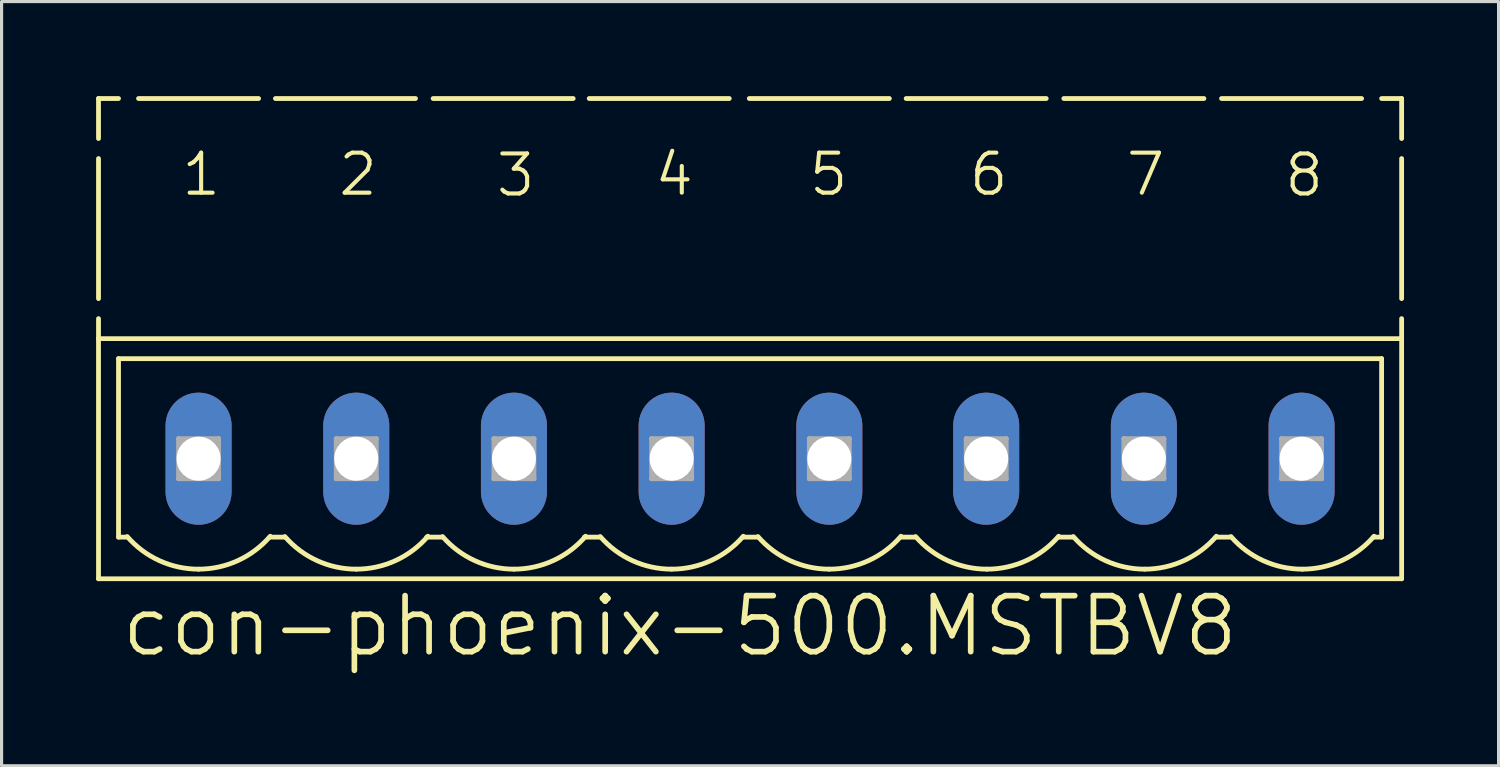
<source format=kicad_pcb>
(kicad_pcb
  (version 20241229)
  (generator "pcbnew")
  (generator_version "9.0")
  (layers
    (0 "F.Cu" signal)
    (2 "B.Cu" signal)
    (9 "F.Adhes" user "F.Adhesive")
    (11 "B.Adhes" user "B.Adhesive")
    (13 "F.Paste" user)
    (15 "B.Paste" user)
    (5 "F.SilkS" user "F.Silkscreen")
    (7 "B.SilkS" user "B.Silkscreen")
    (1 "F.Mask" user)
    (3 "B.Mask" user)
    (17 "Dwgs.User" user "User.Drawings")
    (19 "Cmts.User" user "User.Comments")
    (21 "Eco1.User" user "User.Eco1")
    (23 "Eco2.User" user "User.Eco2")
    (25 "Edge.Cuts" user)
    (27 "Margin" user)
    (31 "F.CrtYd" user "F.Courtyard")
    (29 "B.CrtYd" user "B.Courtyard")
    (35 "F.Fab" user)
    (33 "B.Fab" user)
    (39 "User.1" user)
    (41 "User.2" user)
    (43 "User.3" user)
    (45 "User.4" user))
  (footprint "con-phoenix-500.MSTBV8"
    (layer "F.Cu")
    (at 20.752 11.506)
    (property "Reference" "con-phoenix-500.MSTBV8" (at -20.041 6.35 0) (layer "F.SilkS") (effects (font (size 1.778 1.778) (thickness 0.18)) (justify left bottom)))
    (attr through_hole)
    (fp_line (start -20.676 -11.43) (end -20.676 -10.16) (stroke (width 0.152) (type default)) (layer "F.SilkS"))
    (fp_line (start -20.676 -11.43) (end -20.041 -11.43) (stroke (width 0.152) (type default)) (layer "F.SilkS"))
    (fp_line (start -20.676 -9.525) (end -20.676 -5.08) (stroke (width 0.152) (type default)) (layer "F.SilkS"))
    (fp_line (start -20.676 -4.445) (end -20.676 -3.81) (stroke (width 0.152) (type default)) (layer "F.SilkS"))
    (fp_line (start -20.676 -3.81) (end -20.676 3.81) (stroke (width 0.152) (type default)) (layer "F.SilkS"))
    (fp_line (start -20.676 -3.81) (end 20.676 -3.81) (stroke (width 0.152) (type default)) (layer "F.SilkS"))
    (fp_line (start -20.676 3.81) (end 20.676 3.81) (stroke (width 0.152) (type default)) (layer "F.SilkS"))
    (fp_line (start -20.041 -3.175) (end 20.041 -3.175) (stroke (width 0.152) (type default)) (layer "F.SilkS"))
    (fp_line (start -20.041 2.489) (end -20.041 -3.175) (stroke (width 0.152) (type default)) (layer "F.SilkS"))
    (fp_line (start -20.041 2.489) (end -19.787 2.489) (stroke (width 0.152) (type default)) (layer "F.SilkS"))
    (fp_line (start -19.406 -11.43) (end -15.596 -11.43) (stroke (width 0.152) (type default)) (layer "F.SilkS"))
    (fp_line (start -15.215 2.489) (end -14.783 2.489) (stroke (width 0.152) (type default)) (layer "F.SilkS"))
    (fp_line (start -15.062 -11.43) (end -10.617 -11.43) (stroke (width 0.152) (type default)) (layer "F.SilkS"))
    (fp_line (start -10.262 2.489) (end -9.779 2.489) (stroke (width 0.152) (type default)) (layer "F.SilkS"))
    (fp_line (start -10.058 -11.43) (end -5.613 -11.43) (stroke (width 0.152) (type default)) (layer "F.SilkS"))
    (fp_line (start -5.258 2.489) (end -4.775 2.489) (stroke (width 0.152) (type default)) (layer "F.SilkS"))
    (fp_line (start -5.105 -11.43) (end -0.66 -11.43) (stroke (width 0.152) (type default)) (layer "F.SilkS"))
    (fp_line (start -0.229 2.489) (end 0.229 2.489) (stroke (width 0.152) (type default)) (layer "F.SilkS"))
    (fp_line (start -0.025 -11.43) (end 4.42 -11.43) (stroke (width 0.152) (type default)) (layer "F.SilkS"))
    (fp_line (start 4.801 2.489) (end 5.232 2.489) (stroke (width 0.152) (type default)) (layer "F.SilkS"))
    (fp_line (start 4.953 -11.43) (end 9.398 -11.43) (stroke (width 0.152) (type default)) (layer "F.SilkS"))
    (fp_line (start 9.804 2.489) (end 10.236 2.489) (stroke (width 0.152) (type default)) (layer "F.SilkS"))
    (fp_line (start 9.957 -11.43) (end 14.402 -11.43) (stroke (width 0.152) (type default)) (layer "F.SilkS"))
    (fp_line (start 14.808 2.489) (end 15.24 2.489) (stroke (width 0.152) (type default)) (layer "F.SilkS"))
    (fp_line (start 14.961 -11.43) (end 19.406 -11.43) (stroke (width 0.152) (type default)) (layer "F.SilkS"))
    (fp_line (start 19.787 2.489) (end 20.041 2.489) (stroke (width 0.152) (type default)) (layer "F.SilkS"))
    (fp_line (start 20.041 -11.43) (end 20.676 -11.43) (stroke (width 0.152) (type default)) (layer "F.SilkS"))
    (fp_line (start 20.041 2.489) (end 20.041 -3.175) (stroke (width 0.152) (type default)) (layer "F.SilkS"))
    (fp_line (start 20.676 -11.43) (end 20.676 -10.16) (stroke (width 0.152) (type default)) (layer "F.SilkS"))
    (fp_line (start 20.676 -9.525) (end 20.676 -5.08) (stroke (width 0.152) (type default)) (layer "F.SilkS"))
    (fp_line (start 20.676 -3.81) (end 20.676 -4.445) (stroke (width 0.152) (type default)) (layer "F.SilkS"))
    (fp_line (start 20.676 3.81) (end 20.676 -3.81) (stroke (width 0.152) (type default)) (layer "F.SilkS"))
    (fp_arc (start -17.5006 3.5053) (mid -18.745586 3.234481) (end -19.7656 2.471) (stroke (width 0.1524) (type default)) (layer "F.SilkS"))
    (fp_arc (start -15.2268 2.4608) (mid -16.249499 3.231631) (end -17.5006 3.5052) (stroke (width 0.1524) (type default)) (layer "F.SilkS"))
    (fp_arc (start -12.4968 3.5052) (mid -13.741777 3.234436) (end -14.7618 2.471) (stroke (width 0.1524) (type default)) (layer "F.SilkS"))
    (fp_arc (start -10.223 2.4608) (mid -11.245699 3.231631) (end -12.4968 3.5052) (stroke (width 0.1524) (type default)) (layer "F.SilkS"))
    (fp_arc (start -7.493 3.5052) (mid -8.737977 3.234436) (end -9.758 2.471) (stroke (width 0.1524) (type default)) (layer "F.SilkS"))
    (fp_arc (start -5.2192 2.4608) (mid -6.241899 3.231631) (end -7.493 3.5052) (stroke (width 0.1524) (type default)) (layer "F.SilkS"))
    (fp_arc (start -2.4892 3.5052) (mid -3.734177 3.234436) (end -4.7542 2.471) (stroke (width 0.1524) (type default)) (layer "F.SilkS"))
    (fp_arc (start -0.2154 2.4608) (mid -1.238099 3.231631) (end -2.4892 3.5052) (stroke (width 0.1524) (type default)) (layer "F.SilkS"))
    (fp_arc (start 2.5146 3.5052) (mid 1.269623 3.234436) (end 0.2496 2.471) (stroke (width 0.1524) (type default)) (layer "F.SilkS"))
    (fp_arc (start 4.7884 2.4608) (mid 3.765701 3.231631) (end 2.5146 3.5052) (stroke (width 0.1524) (type default)) (layer "F.SilkS"))
    (fp_arc (start 7.5184 3.5052) (mid 6.273423 3.234436) (end 5.2534 2.471) (stroke (width 0.1524) (type default)) (layer "F.SilkS"))
    (fp_arc (start 9.7922 2.4608) (mid 8.769501 3.231631) (end 7.5184 3.5052) (stroke (width 0.1524) (type default)) (layer "F.SilkS"))
    (fp_arc (start 12.5222 3.5052) (mid 11.277223 3.234436) (end 10.2572 2.471) (stroke (width 0.1524) (type default)) (layer "F.SilkS"))
    (fp_arc (start 14.796 2.4608) (mid 13.773301 3.231631) (end 12.5222 3.5052) (stroke (width 0.1524) (type default)) (layer "F.SilkS"))
    (fp_arc (start 17.526 3.5052) (mid 16.281023 3.234436) (end 15.261 2.471) (stroke (width 0.1524) (type default)) (layer "F.SilkS"))
    (fp_arc (start 19.7998 2.4608) (mid 18.777101 3.231631) (end 17.526 3.5052) (stroke (width 0.1524) (type default)) (layer "F.SilkS"))
    (fp_line (start -18.136 -0.635) (end -18.136 0.635) (stroke (width 0.152) (type default)) (layer "F.Fab"))
    (fp_line (start -18.136 -0.635) (end -16.866 0.635) (stroke (width 0.152) (type default)) (layer "F.Fab"))
    (fp_line (start -18.136 0.635) (end -16.866 -0.635) (stroke (width 0.152) (type default)) (layer "F.Fab"))
    (fp_line (start -18.136 0.635) (end -16.866 0.635) (stroke (width 0.152) (type default)) (layer "F.Fab"))
    (fp_line (start -16.866 -0.635) (end -18.136 -0.635) (stroke (width 0.152) (type default)) (layer "F.Fab"))
    (fp_line (start -16.866 0.635) (end -16.866 -0.635) (stroke (width 0.152) (type default)) (layer "F.Fab"))
    (fp_line (start -13.132 -0.635) (end -13.132 0.635) (stroke (width 0.152) (type default)) (layer "F.Fab"))
    (fp_line (start -13.132 -0.635) (end -11.862 0.635) (stroke (width 0.152) (type default)) (layer "F.Fab"))
    (fp_line (start -13.132 0.635) (end -11.862 -0.635) (stroke (width 0.152) (type default)) (layer "F.Fab"))
    (fp_line (start -13.132 0.635) (end -11.862 0.635) (stroke (width 0.152) (type default)) (layer "F.Fab"))
    (fp_line (start -11.862 -0.635) (end -13.132 -0.635) (stroke (width 0.152) (type default)) (layer "F.Fab"))
    (fp_line (start -11.862 0.635) (end -11.862 -0.635) (stroke (width 0.152) (type default)) (layer "F.Fab"))
    (fp_line (start -8.128 -0.635) (end -8.128 0.635) (stroke (width 0.152) (type default)) (layer "F.Fab"))
    (fp_line (start -8.128 -0.635) (end -6.858 0.635) (stroke (width 0.152) (type default)) (layer "F.Fab"))
    (fp_line (start -8.128 0.635) (end -6.858 -0.635) (stroke (width 0.152) (type default)) (layer "F.Fab"))
    (fp_line (start -8.128 0.635) (end -6.858 0.635) (stroke (width 0.152) (type default)) (layer "F.Fab"))
    (fp_line (start -6.858 -0.635) (end -8.128 -0.635) (stroke (width 0.152) (type default)) (layer "F.Fab"))
    (fp_line (start -6.858 0.635) (end -6.858 -0.635) (stroke (width 0.152) (type default)) (layer "F.Fab"))
    (fp_line (start -3.124 -0.635) (end -3.124 0.635) (stroke (width 0.152) (type default)) (layer "F.Fab"))
    (fp_line (start -3.124 -0.635) (end -1.854 0.635) (stroke (width 0.152) (type default)) (layer "F.Fab"))
    (fp_line (start -3.124 0.635) (end -1.854 -0.635) (stroke (width 0.152) (type default)) (layer "F.Fab"))
    (fp_line (start -3.124 0.635) (end -1.854 0.635) (stroke (width 0.152) (type default)) (layer "F.Fab"))
    (fp_line (start -1.854 -0.635) (end -3.124 -0.635) (stroke (width 0.152) (type default)) (layer "F.Fab"))
    (fp_line (start -1.854 0.635) (end -1.854 -0.635) (stroke (width 0.152) (type default)) (layer "F.Fab"))
    (fp_line (start 1.88 -0.635) (end 1.88 0.635) (stroke (width 0.152) (type default)) (layer "F.Fab"))
    (fp_line (start 1.88 -0.635) (end 3.15 0.635) (stroke (width 0.152) (type default)) (layer "F.Fab"))
    (fp_line (start 1.88 0.635) (end 3.15 -0.635) (stroke (width 0.152) (type default)) (layer "F.Fab"))
    (fp_line (start 1.88 0.635) (end 3.15 0.635) (stroke (width 0.152) (type default)) (layer "F.Fab"))
    (fp_line (start 3.15 -0.635) (end 1.88 -0.635) (stroke (width 0.152) (type default)) (layer "F.Fab"))
    (fp_line (start 3.15 0.635) (end 3.15 -0.635) (stroke (width 0.152) (type default)) (layer "F.Fab"))
    (fp_line (start 6.858 -0.635) (end 6.858 0.635) (stroke (width 0.152) (type default)) (layer "F.Fab"))
    (fp_line (start 6.858 -0.635) (end 8.128 0.635) (stroke (width 0.152) (type default)) (layer "F.Fab"))
    (fp_line (start 6.858 0.635) (end 8.128 -0.635) (stroke (width 0.152) (type default)) (layer "F.Fab"))
    (fp_line (start 6.858 0.635) (end 8.128 0.635) (stroke (width 0.152) (type default)) (layer "F.Fab"))
    (fp_line (start 8.128 -0.635) (end 6.858 -0.635) (stroke (width 0.152) (type default)) (layer "F.Fab"))
    (fp_line (start 8.128 0.635) (end 8.128 -0.635) (stroke (width 0.152) (type default)) (layer "F.Fab"))
    (fp_line (start 11.862 -0.635) (end 11.862 0.635) (stroke (width 0.152) (type default)) (layer "F.Fab"))
    (fp_line (start 11.862 -0.635) (end 13.132 0.635) (stroke (width 0.152) (type default)) (layer "F.Fab"))
    (fp_line (start 11.862 0.635) (end 13.132 -0.635) (stroke (width 0.152) (type default)) (layer "F.Fab"))
    (fp_line (start 11.862 0.635) (end 13.132 0.635) (stroke (width 0.152) (type default)) (layer "F.Fab"))
    (fp_line (start 13.132 -0.635) (end 11.862 -0.635) (stroke (width 0.152) (type default)) (layer "F.Fab"))
    (fp_line (start 13.132 0.635) (end 13.132 -0.635) (stroke (width 0.152) (type default)) (layer "F.Fab"))
    (fp_line (start 16.866 -0.635) (end 16.866 0.635) (stroke (width 0.152) (type default)) (layer "F.Fab"))
    (fp_line (start 16.866 -0.635) (end 18.136 0.635) (stroke (width 0.152) (type default)) (layer "F.Fab"))
    (fp_line (start 16.866 0.635) (end 18.136 -0.635) (stroke (width 0.152) (type default)) (layer "F.Fab"))
    (fp_line (start 16.866 0.635) (end 18.136 0.635) (stroke (width 0.152) (type default)) (layer "F.Fab"))
    (fp_line (start 18.136 -0.635) (end 16.866 -0.635) (stroke (width 0.152) (type default)) (layer "F.Fab"))
    (fp_line (start 18.136 0.635) (end 18.136 -0.635) (stroke (width 0.152) (type default)) (layer "F.Fab"))
    (fp_text user "6" (at 6.883 -8.28 0) (layer "F.SilkS") (effects (font (size 1.27 1.27) (thickness 0.13)) (justify left bottom)))
    (fp_text user "3" (at -8.128 -8.255 0) (layer "F.SilkS") (effects (font (size 1.27 1.27) (thickness 0.13)) (justify left bottom)))
    (fp_text user "4" (at -3.099 -8.28 0) (layer "F.SilkS") (effects (font (size 1.27 1.27) (thickness 0.13)) (justify left bottom)))
    (fp_text user "5" (at 1.803 -8.28 0) (layer "F.SilkS") (effects (font (size 1.27 1.27) (thickness 0.13)) (justify left bottom)))
    (fp_text user "2" (at -13.132 -8.28 0) (layer "F.SilkS") (effects (font (size 1.27 1.27) (thickness 0.13)) (justify left bottom)))
    (fp_text user "7" (at 11.862 -8.28 0) (layer "F.SilkS") (effects (font (size 1.27 1.27) (thickness 0.13)) (justify left bottom)))
    (fp_text user "1" (at -18.11 -8.28 0) (layer "F.SilkS") (effects (font (size 1.27 1.27) (thickness 0.13)) (justify left bottom)))
    (fp_text user "8" (at 16.891 -8.255 0) (layer "F.SilkS") (effects (font (size 1.27 1.27) (thickness 0.13)) (justify left bottom)))
    (pad "1" thru_hole oval (at -17.501 0 90) (size 4.191 2.095) (drill 1.397) (layers "*.Cu" "*.Mask"))
    (pad "2" thru_hole oval (at -12.497 0 90) (size 4.191 2.095) (drill 1.397) (layers "*.Cu" "*.Mask"))
    (pad "3" thru_hole oval (at -7.493 0 90) (size 4.191 2.095) (drill 1.397) (layers "*.Cu" "*.Mask"))
    (pad "4" thru_hole oval (at -2.489 0 90) (size 4.191 2.095) (drill 1.397) (layers "*.Cu" "*.Mask"))
    (pad "5" thru_hole oval (at 2.515 0 90) (size 4.191 2.095) (drill 1.397) (layers "*.Cu" "*.Mask"))
    (pad "6" thru_hole oval (at 7.493 0 90) (size 4.191 2.095) (drill 1.397) (layers "*.Cu" "*.Mask"))
    (pad "7" thru_hole oval (at 12.497 0 90) (size 4.191 2.095) (drill 1.397) (layers "*.Cu" "*.Mask"))
    (pad "8" thru_hole oval (at 17.501 0 90) (size 4.191 2.095) (drill 1.397) (layers "*.Cu" "*.Mask")))
  (gr_rect
    (start -3 -3)
    (end 44.504 21.25)
    (stroke (width 0.1) (type default))
    (fill no)
    (layer "Edge.Cuts")))
</source>
